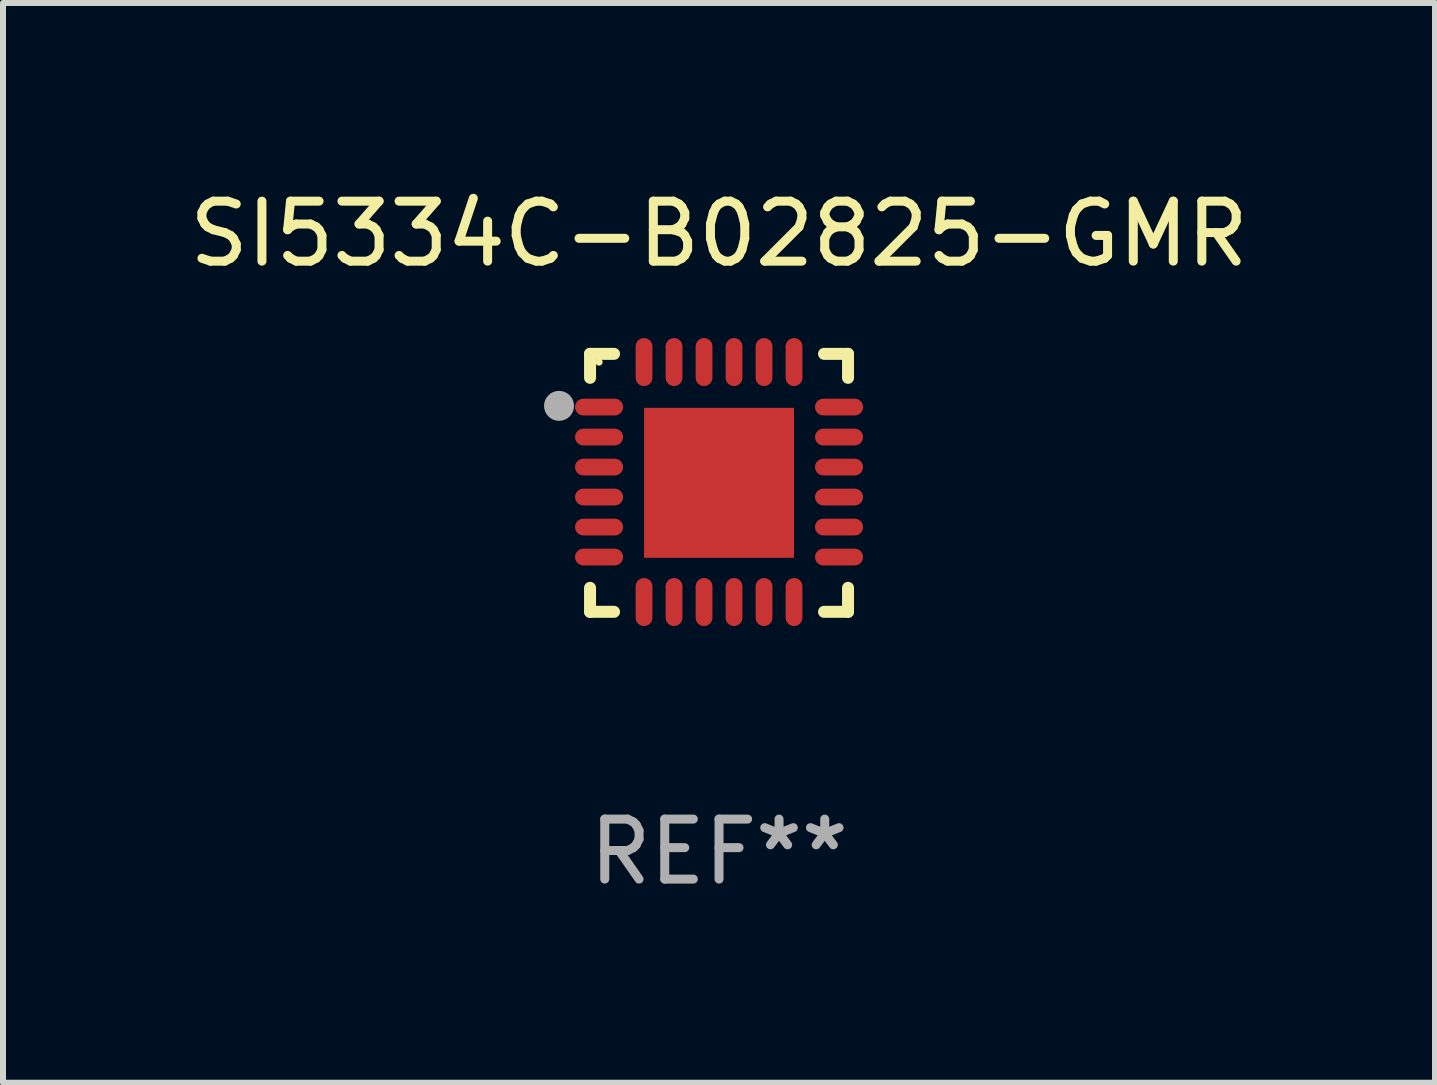
<source format=kicad_pcb>
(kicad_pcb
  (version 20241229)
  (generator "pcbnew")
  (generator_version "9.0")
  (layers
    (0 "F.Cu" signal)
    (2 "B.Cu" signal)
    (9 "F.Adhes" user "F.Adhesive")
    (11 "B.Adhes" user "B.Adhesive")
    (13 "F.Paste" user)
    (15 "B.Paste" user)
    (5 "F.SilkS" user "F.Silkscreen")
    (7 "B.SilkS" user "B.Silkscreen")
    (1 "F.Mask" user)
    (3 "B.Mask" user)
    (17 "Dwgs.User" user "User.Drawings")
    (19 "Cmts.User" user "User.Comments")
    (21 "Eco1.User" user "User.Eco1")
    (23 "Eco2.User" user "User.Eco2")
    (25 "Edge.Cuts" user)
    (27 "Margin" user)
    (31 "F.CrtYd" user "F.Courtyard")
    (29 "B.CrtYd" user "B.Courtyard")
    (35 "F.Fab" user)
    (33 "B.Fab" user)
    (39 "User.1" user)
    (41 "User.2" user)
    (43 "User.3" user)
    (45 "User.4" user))
  (footprint "SI5334C-B02825-GMR"
    (layer "F.Cu")
    (at 8.935 4.998)
    (property "Reference" "SI5334C-B02825-GMR" (at 0 -4.15 0) (layer "F.SilkS") (effects (font (size 1 1) (thickness 0.15))))
    (attr through_hole)
    (fp_line (start -2.15 -2.15) (end -1.75 -2.15) (stroke (width 0.2) (type solid)) (layer "F.SilkS"))
    (fp_line (start -2.15 -1.75) (end -2.15 -2.15) (stroke (width 0.2) (type solid)) (layer "F.SilkS"))
    (fp_line (start -2.15 2.15) (end -2.15 1.75) (stroke (width 0.2) (type solid)) (layer "F.SilkS"))
    (fp_line (start -1.75 2.15) (end -2.15 2.15) (stroke (width 0.2) (type solid)) (layer "F.SilkS"))
    (fp_line (start 1.75 -2.15) (end 2.15 -2.15) (stroke (width 0.2) (type solid)) (layer "F.SilkS"))
    (fp_line (start 1.75 2.15) (end 2.15 2.15) (stroke (width 0.2) (type solid)) (layer "F.SilkS"))
    (fp_line (start 2.15 -2.15) (end 2.15 -1.75) (stroke (width 0.2) (type solid)) (layer "F.SilkS"))
    (fp_line (start 2.15 2.15) (end 2.15 1.75) (stroke (width 0.2) (type solid)) (layer "F.SilkS"))
    (fp_circle (center -2 -2.013) (end -1.97 -2.013) (stroke (width 0.06) (type solid)) (fill no) (layer "F.SilkS"))
    (fp_circle (center -2.667 -1.283) (end -2.542 -1.283) (stroke (width 0.25) (type solid)) (fill no) (layer "F.Fab"))
    (fp_text user "REF**" (at 0 6.15 0) (layer "F.Fab") (effects (font (size 1 1) (thickness 0.15))))
    (pad "1" smd oval (at -2 -1.263) (size 0.8 0.28) (layers "F.Cu" "F.Mask" "F.Paste"))
    (pad "2" smd oval (at -2 -0.763) (size 0.8 0.28) (layers "F.Cu" "F.Mask" "F.Paste"))
    (pad "3" smd oval (at -2 -0.263) (size 0.8 0.28) (layers "F.Cu" "F.Mask" "F.Paste"))
    (pad "4" smd oval (at -2 0.237) (size 0.8 0.28) (layers "F.Cu" "F.Mask" "F.Paste"))
    (pad "5" smd oval (at -2 0.737) (size 0.8 0.28) (layers "F.Cu" "F.Mask" "F.Paste"))
    (pad "6" smd oval (at -2 1.237) (size 0.8 0.28) (layers "F.Cu" "F.Mask" "F.Paste"))
    (pad "7" smd oval (at -1.25 1.987) (size 0.28 0.8) (layers "F.Cu" "F.Mask" "F.Paste"))
    (pad "8" smd oval (at -0.75 1.987) (size 0.28 0.8) (layers "F.Cu" "F.Mask" "F.Paste"))
    (pad "9" smd oval (at -0.25 1.987) (size 0.28 0.8) (layers "F.Cu" "F.Mask" "F.Paste"))
    (pad "10" smd oval (at 0.25 1.987) (size 0.28 0.8) (layers "F.Cu" "F.Mask" "F.Paste"))
    (pad "11" smd oval (at 0.75 1.987) (size 0.28 0.8) (layers "F.Cu" "F.Mask" "F.Paste"))
    (pad "12" smd oval (at 1.25 1.987) (size 0.28 0.8) (layers "F.Cu" "F.Mask" "F.Paste"))
    (pad "13" smd oval (at 2 1.237) (size 0.8 0.28) (layers "F.Cu" "F.Mask" "F.Paste"))
    (pad "14" smd oval (at 2 0.737) (size 0.8 0.28) (layers "F.Cu" "F.Mask" "F.Paste"))
    (pad "15" smd oval (at 2 0.237) (size 0.8 0.28) (layers "F.Cu" "F.Mask" "F.Paste"))
    (pad "16" smd oval (at 2 -0.263) (size 0.8 0.28) (layers "F.Cu" "F.Mask" "F.Paste"))
    (pad "17" smd oval (at 2 -0.763) (size 0.8 0.28) (layers "F.Cu" "F.Mask" "F.Paste"))
    (pad "18" smd oval (at 2 -1.263) (size 0.8 0.28) (layers "F.Cu" "F.Mask" "F.Paste"))
    (pad "19" smd oval (at 1.25 -2.013) (size 0.28 0.8) (layers "F.Cu" "F.Mask" "F.Paste"))
    (pad "20" smd oval (at 0.75 -2.013) (size 0.28 0.8) (layers "F.Cu" "F.Mask" "F.Paste"))
    (pad "21" smd oval (at 0.25 -2.013) (size 0.28 0.8) (layers "F.Cu" "F.Mask" "F.Paste"))
    (pad "22" smd oval (at -0.25 -2.013) (size 0.28 0.8) (layers "F.Cu" "F.Mask" "F.Paste"))
    (pad "23" smd oval (at -0.75 -2.013) (size 0.28 0.8) (layers "F.Cu" "F.Mask" "F.Paste"))
    (pad "24" smd oval (at -1.25 -2.013) (size 0.28 0.8) (layers "F.Cu" "F.Mask" "F.Paste"))
    (pad "25" smd rect (at -0.000127 -0.00014) (size 2.5 2.5) (layers "F.Cu" "F.Mask" "F.Paste")))
  (gr_rect
    (start -3 -3)
    (end 20.869 14.997)
    (stroke (width 0.1) (type default))
    (fill no)
    (layer "Edge.Cuts")))
</source>
